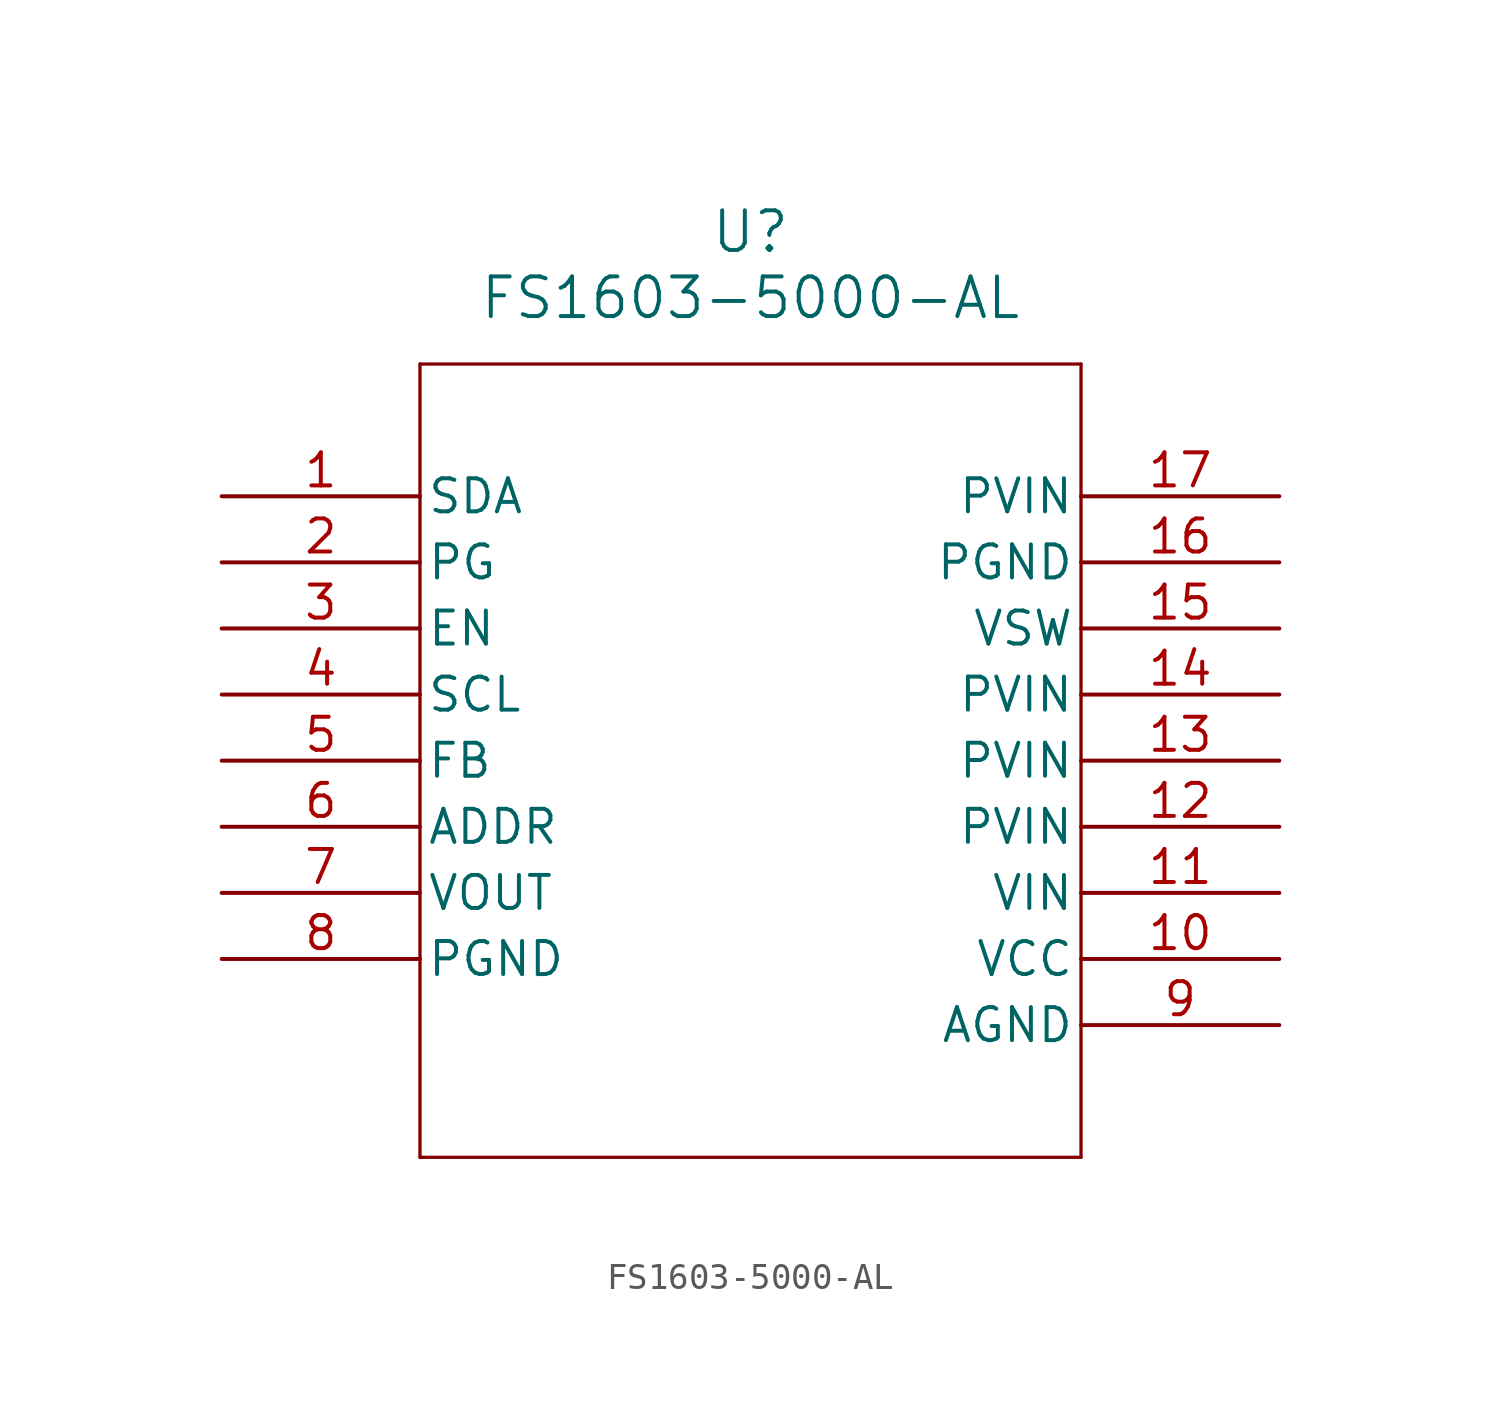
<source format=kicad_sym>
(kicad_symbol_lib
  (version 20211014)
  (generator kicad_symbol_editor)
  (symbol "FS1603-5000-AL"
    (pin_names
      (offset 0.254))
    (property "Reference" "U"
      (at 20.32 10.16 0)
      (effects (font (size 1.524 1.524))))
    (property "Value" "FS1603-5000-AL"
      (at 20.32 7.62 0)
      (effects (font (size 1.524 1.524))))
    (symbol "FS1603-5000-AL_0_1"
      (polyline (pts (xy 7.62 5.08) (xy 7.62 -25.4)) (stroke (width 0.127) (type default) (color 0 0 0 0)) (fill (type none)))
      (polyline (pts (xy 7.62 -25.4) (xy 33.02 -25.4)) (stroke (width 0.127) (type default) (color 0 0 0 0)) (fill (type none)))
      (polyline (pts (xy 33.02 -25.4) (xy 33.02 5.08)) (stroke (width 0.127) (type default) (color 0 0 0 0)) (fill (type none)))
      (polyline (pts (xy 33.02 5.08) (xy 7.62 5.08)) (stroke (width 0.127) (type default) (color 0 0 0 0)) (fill (type none)))
      (pin bidirectional line (at 0 0 0) (length 7.62) (name "SDA" (effects (font (size 1.27 1.27)))) (number "1" (effects (font (size 1.27 1.27)))))
      (pin output line (at 0 -2.54 0) (length 7.62) (name "PG" (effects (font (size 1.27 1.27)))) (number "2" (effects (font (size 1.27 1.27)))))
      (pin input line (at 0 -5.08 0) (length 7.62) (name "EN" (effects (font (size 1.27 1.27)))) (number "3" (effects (font (size 1.27 1.27)))))
      (pin input line (at 0 -7.62 0) (length 7.62) (name "SCL" (effects (font (size 1.27 1.27)))) (number "4" (effects (font (size 1.27 1.27)))))
      (pin unspecified line (at 0 -10.16 0) (length 7.62) (name "FB" (effects (font (size 1.27 1.27)))) (number "5" (effects (font (size 1.27 1.27)))))
      (pin unspecified line (at 0 -12.7 0) (length 7.62) (name "ADDR" (effects (font (size 1.27 1.27)))) (number "6" (effects (font (size 1.27 1.27)))))
      (pin output line (at 0 -15.24 0) (length 7.62) (name "VOUT" (effects (font (size 1.27 1.27)))) (number "7" (effects (font (size 1.27 1.27)))))
      (pin power_out line (at 0 -17.78 0) (length 7.62) (name "PGND" (effects (font (size 1.27 1.27)))) (number "8" (effects (font (size 1.27 1.27)))))
      (pin power_out line (at 40.64 -20.32 180) (length 7.62) (name "AGND" (effects (font (size 1.27 1.27)))) (number "9" (effects (font (size 1.27 1.27)))))
      (pin power_in line (at 40.64 -17.78 180) (length 7.62) (name "VCC" (effects (font (size 1.27 1.27)))) (number "10" (effects (font (size 1.27 1.27)))))
      (pin power_in line (at 40.64 -15.24 180) (length 7.62) (name "VIN" (effects (font (size 1.27 1.27)))) (number "11" (effects (font (size 1.27 1.27)))))
      (pin power_in line (at 40.64 -12.7 180) (length 7.62) (name "PVIN" (effects (font (size 1.27 1.27)))) (number "12" (effects (font (size 1.27 1.27)))))
      (pin power_in line (at 40.64 -10.16 180) (length 7.62) (name "PVIN" (effects (font (size 1.27 1.27)))) (number "13" (effects (font (size 1.27 1.27)))))
      (pin power_in line (at 40.64 -7.62 180) (length 7.62) (name "PVIN" (effects (font (size 1.27 1.27)))) (number "14" (effects (font (size 1.27 1.27)))))
      (pin unspecified line (at 40.64 -5.08 180) (length 7.62) (name "VSW" (effects (font (size 1.27 1.27)))) (number "15" (effects (font (size 1.27 1.27)))))
      (pin power_out line (at 40.64 -2.54 180) (length 7.62) (name "PGND" (effects (font (size 1.27 1.27)))) (number "16" (effects (font (size 1.27 1.27)))))
      (pin power_in line (at 40.64 0 180) (length 7.62) (name "PVIN" (effects (font (size 1.27 1.27)))) (number "17" (effects (font (size 1.27 1.27))))))))
</source>
